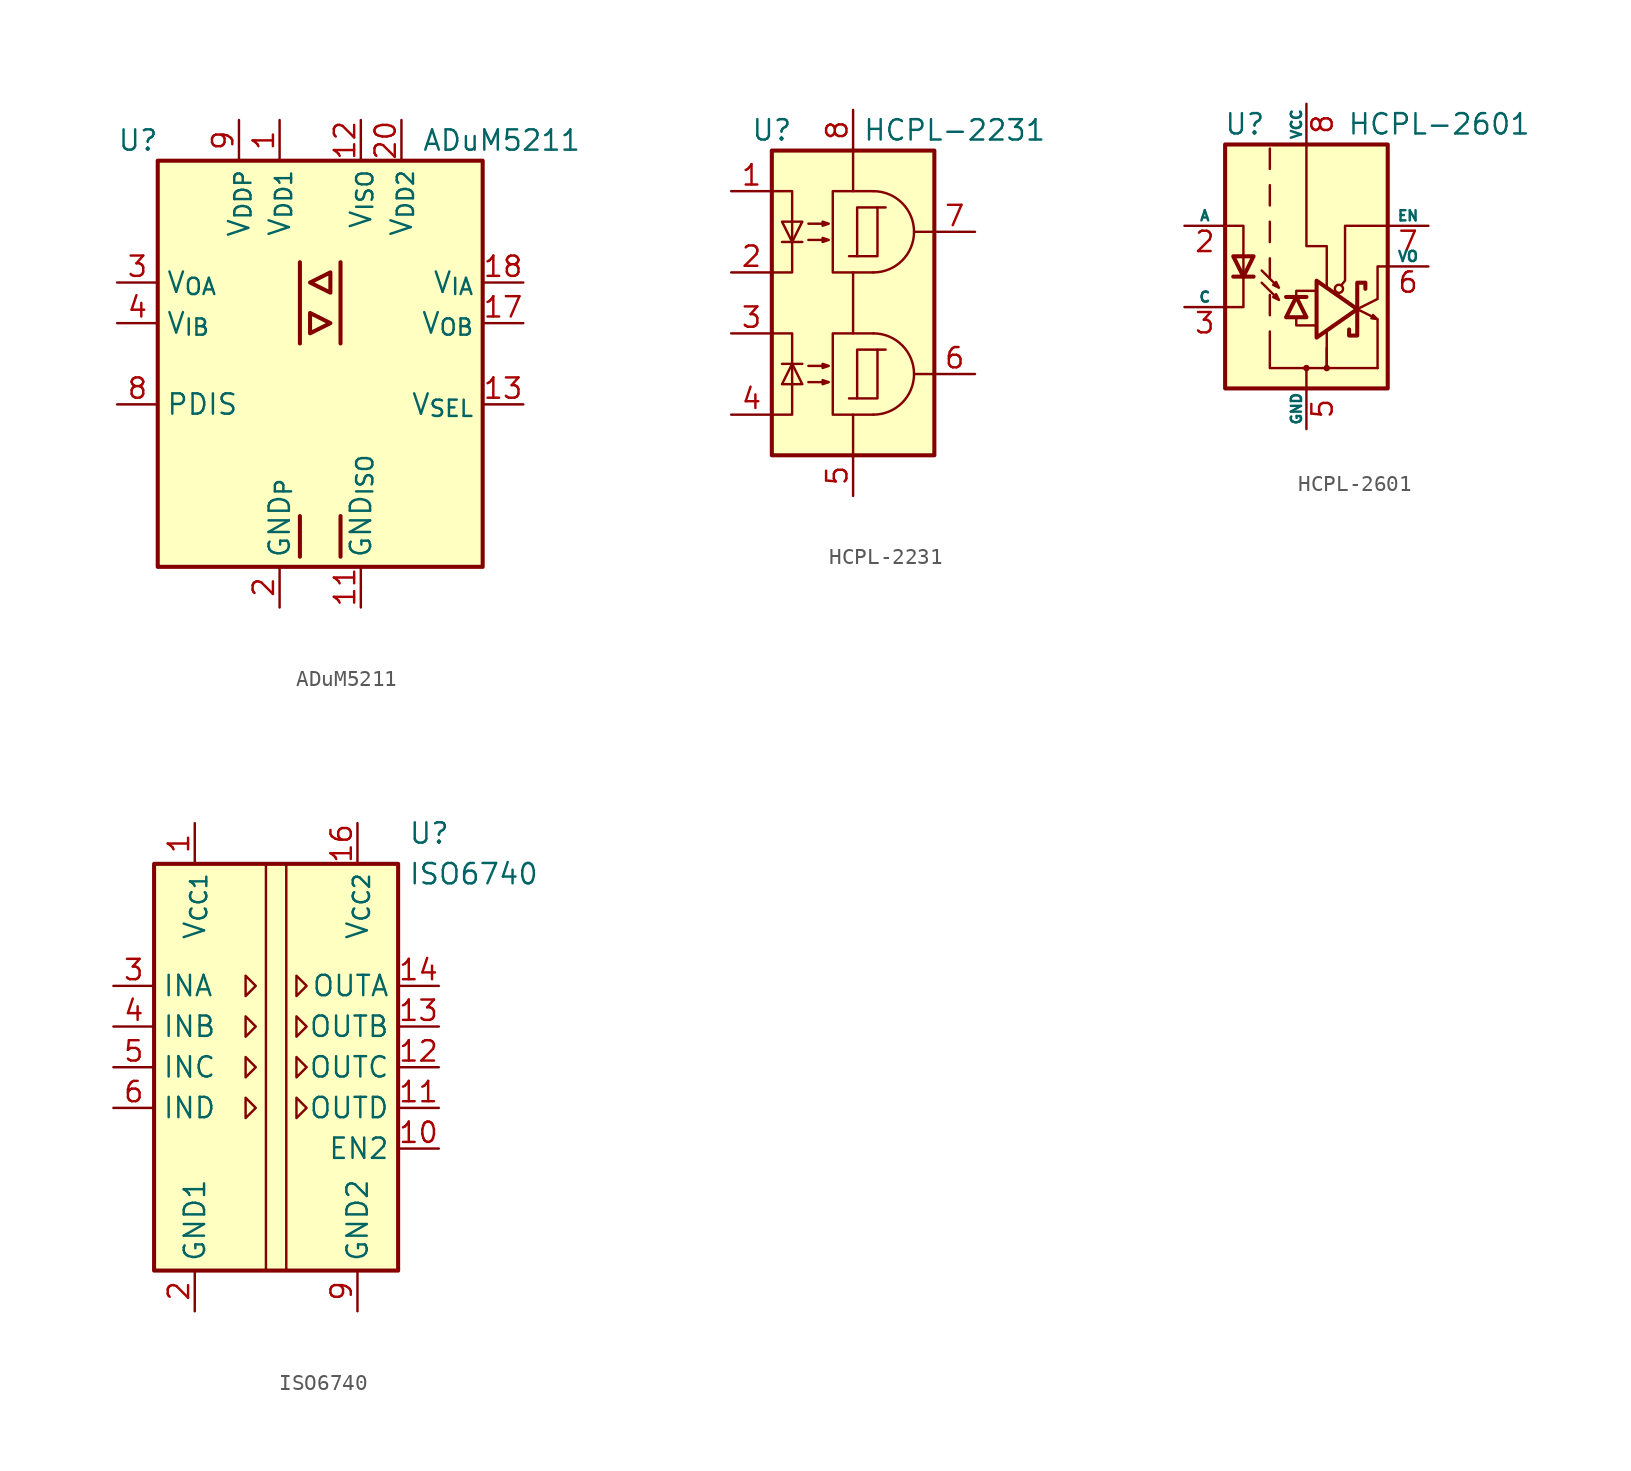
<source format=kicad_sym>
(kicad_symbol_lib
  (version 20220914)
  (generator kicad_symbol_editor)
  (symbol "ADuM5211"
    (property "Reference" "U"
      (at -12.7 13.97 0)
      (effects (font (size 1.27 1.27)) (justify left)))
    (property "Value" "ADuM5211"
      (at 6.35 13.97 0)
      (effects (font (size 1.27 1.27)) (justify left)))
    (symbol "ADuM5211_0_1"
      (rectangle (start -10.16 12.7) (end 10.16 -12.7) (stroke (width 0.254) (type solid)) (fill (type background)))
      (polyline (pts (xy -1.27 -9.525) (xy -1.27 -12.065)) (stroke (width 0.254) (type solid)) (fill (type none)))
      (polyline (pts (xy -1.27 6.35) (xy -1.27 1.27)) (stroke (width 0.254) (type solid)) (fill (type none)))
      (polyline (pts (xy 1.27 -9.525) (xy 1.27 -12.065)) (stroke (width 0.254) (type solid)) (fill (type none)))
      (polyline (pts (xy 1.27 6.35) (xy 1.27 1.27)) (stroke (width 0.254) (type solid)) (fill (type none)))
      (polyline (pts (xy -0.635 1.905) (xy 0.635 2.54) (xy -0.635 3.175) (xy -0.635 1.905)) (stroke (width 0.254) (type solid)) (fill (type none)))
      (polyline (pts (xy 0.635 4.445) (xy -0.635 5.08) (xy 0.635 5.715) (xy 0.635 4.445)) (stroke (width 0.254) (type solid)) (fill (type none))))
    (symbol "ADuM5211_1_1"
      (pin power_in line (at -2.54 15.24 270) (length 2.54) (name "V_{DD1}" (effects (font (size 1.27 1.27)))) (number "1" (effects (font (size 1.27 1.27)))))
      (pin passive line (at -2.54 -15.24 90) (length 2.54) hide (name "GND_{P}" (effects (font (size 1.27 1.27)))) (number "10" (effects (font (size 1.27 1.27)))))
      (pin power_in line (at 2.54 -15.24 90) (length 2.54) (name "GND_{ISO}" (effects (font (size 1.27 1.27)))) (number "11" (effects (font (size 1.27 1.27)))))
      (pin power_in line (at 2.54 15.24 270) (length 2.54) (name "V_{ISO}" (effects (font (size 1.27 1.27)))) (number "12" (effects (font (size 1.27 1.27)))))
      (pin input line (at 12.7 -2.54 180) (length 2.54) (name "V_{SEL}" (effects (font (size 1.27 1.27)))) (number "13" (effects (font (size 1.27 1.27)))))
      (pin no_connect line (at 10.16 0 180) (length 2.54) hide (name "NC" (effects (font (size 1.27 1.27)))) (number "14" (effects (font (size 1.27 1.27)))))
      (pin passive line (at 2.54 -15.24 90) (length 2.54) hide (name "GND_{ISO}" (effects (font (size 1.27 1.27)))) (number "15" (effects (font (size 1.27 1.27)))))
      (pin passive line (at 2.54 -15.24 90) (length 2.54) hide (name "GND_{ISO}" (effects (font (size 1.27 1.27)))) (number "16" (effects (font (size 1.27 1.27)))))
      (pin output line (at 12.7 2.54 180) (length 2.54) (name "V_{OB}" (effects (font (size 1.27 1.27)))) (number "17" (effects (font (size 1.27 1.27)))))
      (pin input line (at 12.7 5.08 180) (length 2.54) (name "V_{IA}" (effects (font (size 1.27 1.27)))) (number "18" (effects (font (size 1.27 1.27)))))
      (pin passive line (at 2.54 -15.24 90) (length 2.54) hide (name "GND_{ISO}" (effects (font (size 1.27 1.27)))) (number "19" (effects (font (size 1.27 1.27)))))
      (pin power_in line (at -2.54 -15.24 90) (length 2.54) (name "GND_{P}" (effects (font (size 1.27 1.27)))) (number "2" (effects (font (size 1.27 1.27)))))
      (pin power_in line (at 5.08 15.24 270) (length 2.54) (name "V_{DD2}" (effects (font (size 1.27 1.27)))) (number "20" (effects (font (size 1.27 1.27)))))
      (pin output line (at -12.7 5.08 0) (length 2.54) (name "V_{OA}" (effects (font (size 1.27 1.27)))) (number "3" (effects (font (size 1.27 1.27)))))
      (pin input line (at -12.7 2.54 0) (length 2.54) (name "V_{IB}" (effects (font (size 1.27 1.27)))) (number "4" (effects (font (size 1.27 1.27)))))
      (pin passive line (at -2.54 -15.24 90) (length 2.54) hide (name "GND_{P}" (effects (font (size 1.27 1.27)))) (number "5" (effects (font (size 1.27 1.27)))))
      (pin passive line (at -2.54 -15.24 90) (length 2.54) hide (name "GND_{P}" (effects (font (size 1.27 1.27)))) (number "6" (effects (font (size 1.27 1.27)))))
      (pin no_connect line (at -10.16 0 0) (length 2.54) hide (name "NC" (effects (font (size 1.27 1.27)))) (number "7" (effects (font (size 1.27 1.27)))))
      (pin input line (at -12.7 -2.54 0) (length 2.54) (name "PDIS" (effects (font (size 1.27 1.27)))) (number "8" (effects (font (size 1.27 1.27)))))
      (pin power_in line (at -5.08 15.24 270) (length 2.54) (name "V_{DDP}" (effects (font (size 1.27 1.27)))) (number "9" (effects (font (size 1.27 1.27)))))))
  (symbol "HCPL-2231"
    (property "Reference" "U"
      (at -5.08 10.16 0)
      (effects (font (size 1.27 1.27))))
    (property "Value" "HCPL-2231"
      (at 6.35 10.16 0)
      (effects (font (size 1.27 1.27))))
    (symbol "HCPL-2231_0_1"
      (polyline (pts (xy 5.08 -5.08) (xy 3.81 -5.08)) (stroke (width 0) (type default)) (fill (type none)))
      (polyline (pts (xy 5.08 3.81) (xy 3.81 3.81)) (stroke (width 0) (type default)) (fill (type none))))
    (symbol "HCPL-2231_1_1"
      (rectangle (start -5.08 8.89) (end 5.08 -10.16) (stroke (width 0.254) (type default)) (fill (type background)))
      (polyline (pts (xy -4.445 -4.445) (xy -3.175 -4.445)) (stroke (width 0) (type default)) (fill (type none)))
      (polyline (pts (xy -4.445 3.175) (xy -3.175 3.175)) (stroke (width 0) (type default)) (fill (type none)))
      (polyline (pts (xy 0 6.35) (xy 0 8.89)) (stroke (width 0) (type default)) (fill (type none)))
      (polyline (pts (xy 0.254 -6.604) (xy -0.254 -6.604)) (stroke (width 0) (type default)) (fill (type none)))
      (polyline (pts (xy 0.254 2.286) (xy -0.254 2.286)) (stroke (width 0) (type default)) (fill (type none)))
      (polyline (pts (xy 1.524 -3.556) (xy 2.032 -3.556)) (stroke (width 0) (type default)) (fill (type none)))
      (polyline (pts (xy 1.524 5.334) (xy 2.032 5.334)) (stroke (width 0) (type default)) (fill (type none)))
      (polyline (pts (xy 0 -7.62) (xy 0 -10.16) (xy 0 -8.89)) (stroke (width 0) (type default)) (fill (type none)))
      (polyline (pts (xy 0 1.27) (xy 0 -2.54) (xy 0 0)) (stroke (width 0) (type default)) (fill (type none)))
      (polyline (pts (xy -5.08 -7.62) (xy -3.81 -7.62) (xy -3.81 -2.54) (xy -5.08 -2.54)) (stroke (width 0) (type default)) (fill (type none)))
      (polyline (pts (xy -5.08 1.27) (xy -3.81 1.27) (xy -3.81 6.35) (xy -5.08 6.35)) (stroke (width 0) (type default)) (fill (type none)))
      (polyline (pts (xy -3.81 -4.445) (xy -4.445 -5.715) (xy -3.175 -5.715) (xy -3.81 -4.445)) (stroke (width 0) (type default)) (fill (type none)))
      (polyline (pts (xy -3.81 3.175) (xy -4.445 4.445) (xy -3.175 4.445) (xy -3.81 3.175)) (stroke (width 0) (type default)) (fill (type none)))
      (polyline (pts (xy 1.27 -7.62) (xy -1.27 -7.62) (xy -1.27 -2.54) (xy 1.27 -2.54)) (stroke (width 0) (type default)) (fill (type none)))
      (polyline (pts (xy 1.27 1.27) (xy -1.27 1.27) (xy -1.27 6.35) (xy 1.27 6.35)) (stroke (width 0) (type default)) (fill (type none)))
      (polyline (pts (xy -2.794 -5.588) (xy -1.524 -5.588) (xy -1.905 -5.715) (xy -1.905 -5.461) (xy -1.524 -5.588)) (stroke (width 0) (type default)) (fill (type none)))
      (polyline (pts (xy -2.794 -4.572) (xy -1.524 -4.572) (xy -1.905 -4.699) (xy -1.905 -4.445) (xy -1.524 -4.572)) (stroke (width 0) (type default)) (fill (type none)))
      (polyline (pts (xy -2.794 3.302) (xy -1.524 3.302) (xy -1.905 3.175) (xy -1.905 3.429) (xy -1.524 3.302)) (stroke (width 0) (type default)) (fill (type none)))
      (polyline (pts (xy -2.794 4.318) (xy -1.524 4.318) (xy -1.905 4.191) (xy -1.905 4.445) (xy -1.524 4.318)) (stroke (width 0) (type default)) (fill (type none)))
      (rectangle (start 0.254 -3.556) (end 1.524 -6.604) (stroke (width 0) (type default)) (fill (type none)))
      (rectangle (start 0.254 5.334) (end 1.524 2.286) (stroke (width 0) (type default)) (fill (type none)))
      (arc (start 1.27 -7.62) (mid 3.799 -5.08) (end 1.27 -2.54) (stroke (width 0) (type default)) (fill (type none)))
      (arc (start 1.27 1.27) (mid 3.799 3.81) (end 1.27 6.35) (stroke (width 0) (type default)) (fill (type none)))
      (pin passive line (at -7.62 6.35 0) (length 2.54) (name "~" (effects (font (size 1.27 1.27)))) (number "1" (effects (font (size 1.27 1.27)))))
      (pin no_connect line (at -5.08 3.81 0) (length 2.54) hide (name "~" (effects (font (size 1.27 1.27)))) (number "1" (effects (font (size 1.27 1.27)))))
      (pin passive line (at -7.62 1.27 0) (length 2.54) (name "~" (effects (font (size 1.27 1.27)))) (number "2" (effects (font (size 1.27 1.27)))))
      (pin passive line (at -7.62 -2.54 0) (length 2.54) (name "~" (effects (font (size 1.27 1.27)))) (number "3" (effects (font (size 1.27 1.27)))))
      (pin passive line (at -7.62 -7.62 0) (length 2.54) (name "~" (effects (font (size 1.27 1.27)))) (number "4" (effects (font (size 1.27 1.27)))))
      (pin power_in line (at 0 -12.7 90) (length 2.54) (name "~" (effects (font (size 1.27 1.27)))) (number "5" (effects (font (size 1.27 1.27)))))
      (pin output line (at 7.62 -5.08 180) (length 2.54) (name "~" (effects (font (size 1.27 1.27)))) (number "6" (effects (font (size 1.27 1.27)))))
      (pin output line (at 7.62 3.81 180) (length 2.54) (name "~" (effects (font (size 1.27 1.27)))) (number "7" (effects (font (size 1.27 1.27)))))
      (pin power_in line (at 0 11.43 270) (length 2.54) (name "~" (effects (font (size 1.27 1.27)))) (number "8" (effects (font (size 1.27 1.27)))))))
  (symbol "HCPL-2601"
    (pin_names
      (offset 0))
    (property "Reference" "U"
      (at -2.54 8.89 0)
      (effects (font (size 1.27 1.27)) (justify right)))
    (property "Value" "HCPL-2601"
      (at 2.54 8.89 0)
      (effects (font (size 1.27 1.27)) (justify left)))
    (symbol "HCPL-2601_0_1"
      (polyline (pts (xy 0 -6.35) (xy -2.286 -6.35) (xy -2.286 -4.064)) (stroke (width 0) (type default)) (fill (type none)))
      (polyline (pts (xy -5.08 -2.54) (xy -3.937 -2.54) (xy -3.937 2.54) (xy -5.08 2.54)) (stroke (width 0) (type default)) (fill (type none)))
      (polyline (pts (xy 1.27 -5.08) (xy 1.27 -6.35) (xy 0 -6.35) (xy 0 -7.62)) (stroke (width 0) (type default)) (fill (type none)))
      (polyline (pts (xy 3.175 -2.667) (xy 0.635 -4.445) (xy 0.635 -0.889) (xy 3.175 -2.667)) (stroke (width 0.254) (type default)) (fill (type none)))
      (polyline (pts (xy -2.794 -1.016) (xy -1.717 -2.093) (xy -2.076 -1.914) (xy -1.896 -1.734) (xy -1.717 -2.093)) (stroke (width 0) (type default)) (fill (type none)))
      (polyline (pts (xy -2.794 -0.254) (xy -1.717 -1.331) (xy -2.076 -1.152) (xy -1.896 -0.972) (xy -1.717 -1.331)) (stroke (width 0) (type default)) (fill (type none))))
    (symbol "HCPL-2601_1_1"
      (rectangle (start -5.08 7.62) (end 5.08 -7.62) (stroke (width 0.254) (type default)) (fill (type background)))
      (circle (center 0 -6.35) (radius 0.127) (stroke (width 0) (type default)) (fill (type outline)))
      (polyline (pts (xy -4.572 -0.635) (xy -3.302 -0.635)) (stroke (width 0.254) (type default)) (fill (type none)))
      (polyline (pts (xy -2.286 -1.778) (xy -2.286 -3.048)) (stroke (width 0) (type default)) (fill (type none)))
      (polyline (pts (xy -2.286 0.508) (xy -2.286 -0.762)) (stroke (width 0) (type default)) (fill (type none)))
      (polyline (pts (xy -2.286 2.794) (xy -2.286 1.524)) (stroke (width 0) (type default)) (fill (type none)))
      (polyline (pts (xy -2.286 5.08) (xy -2.286 3.81)) (stroke (width 0) (type default)) (fill (type none)))
      (polyline (pts (xy -2.286 7.366) (xy -2.286 6.096)) (stroke (width 0) (type default)) (fill (type none)))
      (polyline (pts (xy -1.27 -1.905) (xy 0 -1.905)) (stroke (width 0.254) (type default)) (fill (type none)))
      (polyline (pts (xy -0.635 -3.302) (xy -0.635 -3.683) (xy 0.635 -3.683)) (stroke (width 0) (type default)) (fill (type none)))
      (polyline (pts (xy -0.635 -1.905) (xy -0.635 -1.524) (xy 0.508 -1.524)) (stroke (width 0) (type default)) (fill (type none)))
      (polyline (pts (xy 1.27 -4.064) (xy 1.27 -6.35) (xy 4.445 -6.35)) (stroke (width 0) (type default)) (fill (type none)))
      (polyline (pts (xy 3.175 -2.667) (xy 4.445 -3.302) (xy 4.445 -6.35)) (stroke (width 0) (type default)) (fill (type none)))
      (polyline (pts (xy -3.937 -0.635) (xy -4.572 0.635) (xy -3.302 0.635) (xy -3.937 -0.635)) (stroke (width 0.254) (type default)) (fill (type none)))
      (polyline (pts (xy -0.635 -1.905) (xy -1.27 -3.175) (xy 0 -3.175) (xy -0.635 -1.905)) (stroke (width 0.254) (type default)) (fill (type none)))
      (polyline (pts (xy 1.27 -1.27) (xy 1.27 1.27) (xy 0 1.27) (xy 0 7.62)) (stroke (width 0) (type default)) (fill (type none)))
      (polyline (pts (xy 2.184 -1.168) (xy 2.413 -0.889) (xy 2.413 2.54) (xy 5.08 2.54)) (stroke (width 0) (type default)) (fill (type none)))
      (polyline (pts (xy 3.175 -2.667) (xy 3.175 -4.318) (xy 2.667 -4.318) (xy 2.667 -3.937)) (stroke (width 0.254) (type default)) (fill (type none)))
      (polyline (pts (xy 3.175 -2.667) (xy 3.175 -1.016) (xy 3.683 -1.016) (xy 3.683 -1.397)) (stroke (width 0.254) (type default)) (fill (type none)))
      (polyline (pts (xy 3.175 -2.667) (xy 4.445 -2.032) (xy 4.445 0) (xy 5.08 0)) (stroke (width 0) (type default)) (fill (type none)))
      (polyline (pts (xy 4.445 -3.302) (xy 4.161 -3.018) (xy 4.047 -3.246) (xy 4.445 -3.302)) (stroke (width 0.127) (type default)) (fill (type outline)))
      (circle (center 1.27 -6.35) (radius 0.127) (stroke (width 0) (type default)) (fill (type outline)))
      (circle (center 2.032 -1.397) (radius 0.254) (stroke (width 0) (type default)) (fill (type none)))
      (pin no_connect line (at -5.08 7.62 0) (length 0) hide (name "NC" (effects (font (size 0.635 0.635)))) (number "1" (effects (font (size 1.27 1.27)))))
      (pin passive line (at -7.62 2.54 0) (length 2.54) (name "A" (effects (font (size 0.635 0.635)))) (number "2" (effects (font (size 1.27 1.27)))))
      (pin passive line (at -7.62 -2.54 0) (length 2.54) (name "C" (effects (font (size 0.635 0.635)))) (number "3" (effects (font (size 1.27 1.27)))))
      (pin no_connect line (at -5.08 -7.62 0) (length 0) hide (name "" (effects (font (size 0.635 0.635)))) (number "4" (effects (font (size 1.27 1.27)))))
      (pin power_in line (at 0 -10.16 90) (length 2.54) (name "GND" (effects (font (size 0.635 0.635)))) (number "5" (effects (font (size 1.27 1.27)))))
      (pin open_collector line (at 7.62 0 180) (length 2.54) (name "VO" (effects (font (size 0.635 0.635)))) (number "6" (effects (font (size 1.27 1.27)))))
      (pin input line (at 7.62 2.54 180) (length 2.54) (name "EN" (effects (font (size 0.635 0.635)))) (number "7" (effects (font (size 1.27 1.27)))))
      (pin power_in line (at 0 10.16 270) (length 2.54) (name "VCC" (effects (font (size 0.635 0.635)))) (number "8" (effects (font (size 1.27 1.27)))))))
  (symbol "ISO6740"
    (property "Reference" "U"
      (at 8.255 14.605 0)
      (effects (font (size 1.27 1.27)) (justify left)))
    (property "Value" "ISO6740"
      (at 8.255 12.065 0)
      (effects (font (size 1.27 1.27)) (justify left)))
    (symbol "ISO6740_0_1"
      (rectangle (start -7.62 12.7) (end 7.62 -12.7) (stroke (width 0.254) (type default)) (fill (type background)))
      (polyline (pts (xy -0.635 12.7) (xy -0.635 -12.7)) (stroke (width 0) (type default)) (fill (type none)))
      (polyline (pts (xy 0.635 12.7) (xy 0.635 -12.7)) (stroke (width 0) (type default)) (fill (type none))))
    (symbol "ISO6740_1_1"
      (polyline (pts (xy -1.905 -3.175) (xy -1.27 -2.54) (xy -1.905 -1.905) (xy -1.905 -3.175)) (stroke (width 0) (type default)) (fill (type none)))
      (polyline (pts (xy -1.905 -0.635) (xy -1.27 0) (xy -1.905 0.635) (xy -1.905 -0.635)) (stroke (width 0) (type default)) (fill (type none)))
      (polyline (pts (xy -1.905 3.175) (xy -1.27 2.54) (xy -1.905 1.905) (xy -1.905 3.175)) (stroke (width 0) (type default)) (fill (type none)))
      (polyline (pts (xy -1.905 5.715) (xy -1.27 5.08) (xy -1.905 4.445) (xy -1.905 5.715)) (stroke (width 0) (type default)) (fill (type none)))
      (polyline (pts (xy 1.27 -3.175) (xy 1.905 -2.54) (xy 1.27 -1.905) (xy 1.27 -3.175)) (stroke (width 0) (type default)) (fill (type none)))
      (polyline (pts (xy 1.27 0.635) (xy 1.905 0) (xy 1.27 -0.635) (xy 1.27 0.635)) (stroke (width 0) (type default)) (fill (type none)))
      (polyline (pts (xy 1.27 3.175) (xy 1.905 2.54) (xy 1.27 1.905) (xy 1.27 3.175)) (stroke (width 0) (type default)) (fill (type none)))
      (polyline (pts (xy 1.27 5.715) (xy 1.905 5.08) (xy 1.27 4.445) (xy 1.27 5.715)) (stroke (width 0) (type default)) (fill (type none)))
      (pin power_in line (at -5.08 15.24 270) (length 2.54) (name "V_{CC1}" (effects (font (size 1.27 1.27)))) (number "1" (effects (font (size 1.27 1.27)))))
      (pin input line (at 10.16 -5.08 180) (length 2.54) (name "EN2" (effects (font (size 1.27 1.27)))) (number "10" (effects (font (size 1.27 1.27)))))
      (pin output line (at 10.16 -2.54 180) (length 2.54) (name "OUTD" (effects (font (size 1.27 1.27)))) (number "11" (effects (font (size 1.27 1.27)))))
      (pin output line (at 10.16 0 180) (length 2.54) (name "OUTC" (effects (font (size 1.27 1.27)))) (number "12" (effects (font (size 1.27 1.27)))))
      (pin output line (at 10.16 2.54 180) (length 2.54) (name "OUTB" (effects (font (size 1.27 1.27)))) (number "13" (effects (font (size 1.27 1.27)))))
      (pin output line (at 10.16 5.08 180) (length 2.54) (name "OUTA" (effects (font (size 1.27 1.27)))) (number "14" (effects (font (size 1.27 1.27)))))
      (pin passive line (at 5.08 -15.24 90) (length 2.54) hide (name "GND2" (effects (font (size 1.27 1.27)))) (number "15" (effects (font (size 1.27 1.27)))))
      (pin power_in line (at 5.08 15.24 270) (length 2.54) (name "V_{CC2}" (effects (font (size 1.27 1.27)))) (number "16" (effects (font (size 1.27 1.27)))))
      (pin power_in line (at -5.08 -15.24 90) (length 2.54) (name "GND1" (effects (font (size 1.27 1.27)))) (number "2" (effects (font (size 1.27 1.27)))))
      (pin input line (at -10.16 5.08 0) (length 2.54) (name "INA" (effects (font (size 1.27 1.27)))) (number "3" (effects (font (size 1.27 1.27)))))
      (pin input line (at -10.16 2.54 0) (length 2.54) (name "INB" (effects (font (size 1.27 1.27)))) (number "4" (effects (font (size 1.27 1.27)))))
      (pin input line (at -10.16 0 0) (length 2.54) (name "INC" (effects (font (size 1.27 1.27)))) (number "5" (effects (font (size 1.27 1.27)))))
      (pin input line (at -10.16 -2.54 0) (length 2.54) (name "IND" (effects (font (size 1.27 1.27)))) (number "6" (effects (font (size 1.27 1.27)))))
      (pin no_connect line (at -7.62 -5.08 0) (length 2.54) hide (name "NC" (effects (font (size 1.27 1.27)))) (number "7" (effects (font (size 1.27 1.27)))))
      (pin passive line (at -5.08 -15.24 90) (length 2.54) hide (name "GND1" (effects (font (size 1.27 1.27)))) (number "8" (effects (font (size 1.27 1.27)))))
      (pin power_in line (at 5.08 -15.24 90) (length 2.54) (name "GND2" (effects (font (size 1.27 1.27)))) (number "9" (effects (font (size 1.27 1.27))))))))
</source>
